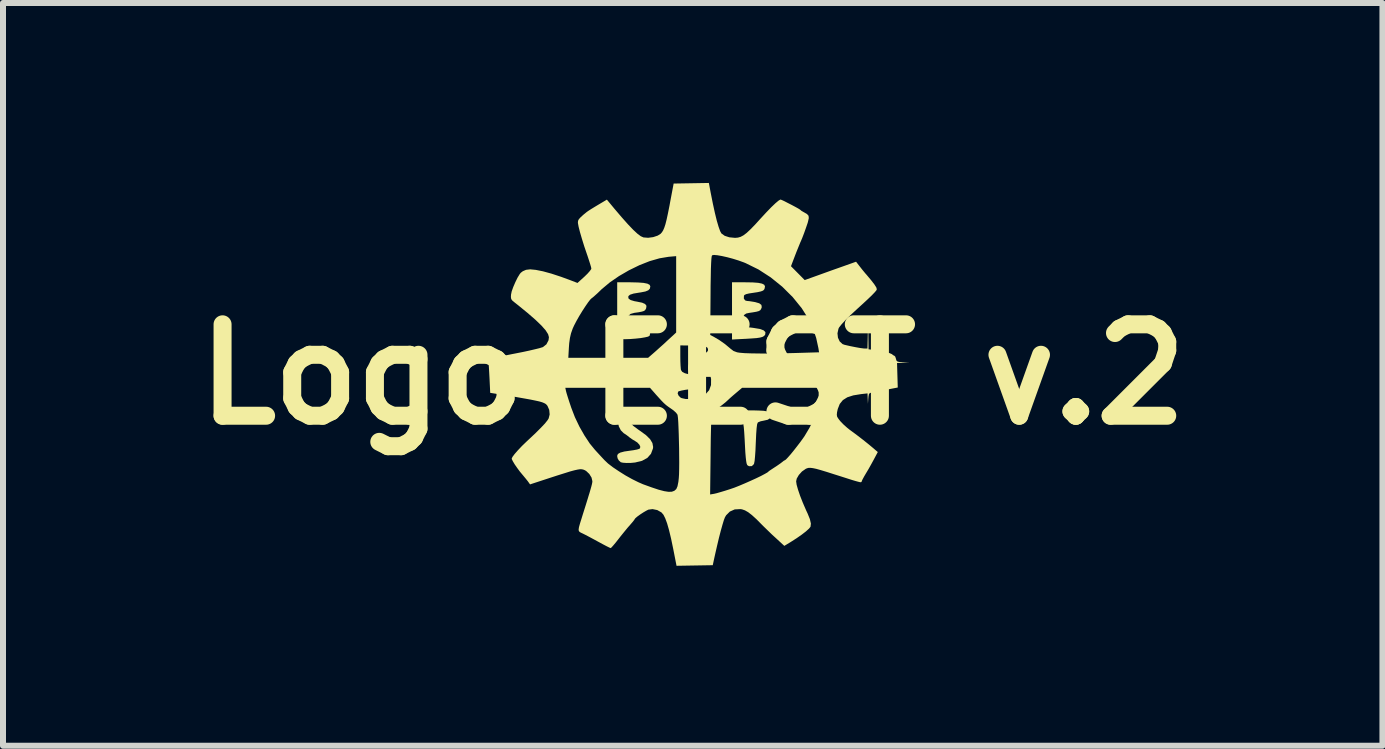
<source format=kicad_pcb>
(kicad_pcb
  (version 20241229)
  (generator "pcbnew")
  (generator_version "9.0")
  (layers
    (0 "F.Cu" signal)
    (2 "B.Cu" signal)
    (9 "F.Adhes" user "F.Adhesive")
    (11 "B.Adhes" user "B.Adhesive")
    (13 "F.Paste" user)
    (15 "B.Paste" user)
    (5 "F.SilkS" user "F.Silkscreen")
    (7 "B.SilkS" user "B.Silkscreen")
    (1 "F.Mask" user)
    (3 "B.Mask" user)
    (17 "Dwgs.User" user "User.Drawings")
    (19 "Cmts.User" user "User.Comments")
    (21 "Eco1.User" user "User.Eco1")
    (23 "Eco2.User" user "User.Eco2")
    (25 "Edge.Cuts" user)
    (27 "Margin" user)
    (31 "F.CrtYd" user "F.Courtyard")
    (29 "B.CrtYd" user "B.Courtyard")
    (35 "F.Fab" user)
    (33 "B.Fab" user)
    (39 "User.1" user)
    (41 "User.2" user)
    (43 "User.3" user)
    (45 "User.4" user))
  (footprint "Logo EEST v.2"
    (layer "F.Cu")
    (at 8.498 3.191)
    (property "Reference" "Logo EEST v.2" (at 0 0 0) (layer "F.SilkS") (effects (font (size 1.524 1.524) (thickness 0.3))))
    (attr board_only exclude_from_pos_files exclude_from_bom)
    (fp_poly (pts (xy 0.996 0.6) (xy 1.103 0.603) (xy 1.181 0.607) (xy 1.236 0.616) (xy 1.272 0.628) (xy 1.276 0.629) (xy 1.315 0.654) (xy 1.325 0.679) (xy 1.306 0.713) (xy 1.297 0.724) (xy 1.252 0.756) (xy 1.185 0.771) (xy 1.132 0.782) (xy 1.092 0.798) (xy 1.083 0.806) (xy 1.073 0.835) (xy 1.065 0.898) (xy 1.058 0.994) (xy 1.052 1.124) (xy 1.051 1.145) (xy 1.046 1.266) (xy 1.039 1.366) (xy 1.032 1.441) (xy 1.023 1.486) (xy 1.02 1.496) (xy 0.986 1.529) (xy 0.941 1.531) (xy 0.918 1.52) (xy 0.907 1.508) (xy 0.898 1.484) (xy 0.891 1.444) (xy 0.884 1.384) (xy 0.877 1.3) (xy 0.871 1.189) (xy 0.865 1.072) (xy 0.858 0.959) (xy 0.851 0.878) (xy 0.843 0.825) (xy 0.833 0.798) (xy 0.829 0.794) (xy 0.799 0.783) (xy 0.749 0.773) (xy 0.724 0.769) (xy 0.654 0.752) (xy 0.616 0.724) (xy 0.607 0.682) (xy 0.61 0.666) (xy 0.622 0.642) (xy 0.649 0.624) (xy 0.692 0.612) (xy 0.758 0.604) (xy 0.849 0.6) (xy 0.97 0.6)) (stroke (width 0) (type solid)) (fill yes) (layer "F.SilkS"))
    (fp_poly (pts (xy -0.912 -1.532) (xy -0.819 -1.525) (xy -0.755 -1.512) (xy -0.719 -1.493) (xy -0.707 -1.468) (xy -0.707 -1.467) (xy -0.714 -1.43) (xy -0.74 -1.402) (xy -0.788 -1.382) (xy -0.864 -1.367) (xy -0.897 -1.362) (xy -0.987 -1.347) (xy -1.045 -1.328) (xy -1.073 -1.304) (xy -1.073 -1.274) (xy -1.066 -1.26) (xy -1.035 -1.239) (xy -0.971 -1.22) (xy -0.926 -1.212) (xy -0.843 -1.195) (xy -0.793 -1.172) (xy -0.771 -1.143) (xy -0.776 -1.104) (xy -0.78 -1.094) (xy -0.792 -1.073) (xy -0.813 -1.057) (xy -0.848 -1.046) (xy -0.904 -1.035) (xy -0.971 -1.026) (xy -1.037 -1.008) (xy -1.074 -0.973) (xy -1.084 -0.917) (xy -1.079 -0.872) (xy -1.068 -0.832) (xy -1.047 -0.806) (xy -1.011 -0.788) (xy -0.953 -0.777) (xy -0.882 -0.771) (xy -0.807 -0.762) (xy -0.759 -0.749) (xy -0.733 -0.731) (xy -0.732 -0.729) (xy -0.71 -0.688) (xy -0.716 -0.652) (xy -0.721 -0.642) (xy -0.745 -0.629) (xy -0.797 -0.617) (xy -0.868 -0.605) (xy -0.953 -0.596) (xy -1.044 -0.589) (xy -1.133 -0.586) (xy -1.142 -0.586) (xy -1.259 -0.586) (xy -1.259 -1.535) (xy -1.037 -1.535)) (stroke (width 0) (type solid)) (fill yes) (layer "F.SilkS"))
    (fp_poly (pts (xy 1 -1.533) (xy 1.092 -1.526) (xy 1.155 -1.513) (xy 1.192 -1.494) (xy 1.205 -1.467) (xy 1.198 -1.43) (xy 1.19 -1.414) (xy 1.173 -1.397) (xy 1.137 -1.383) (xy 1.078 -1.37) (xy 1.018 -1.361) (xy 0.939 -1.349) (xy 0.889 -1.337) (xy 0.862 -1.323) (xy 0.854 -1.311) (xy 0.852 -1.264) (xy 0.874 -1.233) (xy 0.904 -1.224) (xy 0.942 -1.221) (xy 0.999 -1.212) (xy 1.04 -1.205) (xy 1.109 -1.185) (xy 1.145 -1.157) (xy 1.151 -1.12) (xy 1.139 -1.088) (xy 1.125 -1.069) (xy 1.101 -1.055) (xy 1.06 -1.044) (xy 0.996 -1.033) (xy 0.947 -1.026) (xy 0.893 -1.015) (xy 0.862 -0.995) (xy 0.847 -0.972) (xy 0.837 -0.927) (xy 0.838 -0.874) (xy 0.848 -0.827) (xy 0.866 -0.8) (xy 0.89 -0.793) (xy 0.939 -0.784) (xy 1.004 -0.776) (xy 1.023 -0.773) (xy 1.119 -0.757) (xy 1.182 -0.734) (xy 1.212 -0.704) (xy 1.209 -0.667) (xy 1.204 -0.657) (xy 1.188 -0.639) (xy 1.163 -0.625) (xy 1.124 -0.614) (xy 1.066 -0.605) (xy 0.984 -0.599) (xy 0.873 -0.592) (xy 0.866 -0.592) (xy 0.655 -0.581) (xy 0.655 -1.535) (xy 0.877 -1.535)) (stroke (width 0) (type solid)) (fill yes) (layer "F.SilkS"))
    (fp_poly (pts (xy -0.826 0.572) (xy -0.759 0.611) (xy -0.757 0.614) (xy -0.719 0.662) (xy -0.709 0.703) (xy -0.729 0.732) (xy -0.743 0.739) (xy -0.777 0.743) (xy -0.834 0.743) (xy -0.901 0.738) (xy -0.909 0.737) (xy -0.985 0.73) (xy -1.036 0.732) (xy -1.056 0.738) (xy -1.063 0.768) (xy -1.04 0.809) (xy -0.989 0.86) (xy -0.91 0.919) (xy -0.881 0.939) (xy -0.78 1.012) (xy -0.711 1.08) (xy -0.672 1.145) (xy -0.66 1.21) (xy -0.663 1.236) (xy -0.696 1.324) (xy -0.757 1.393) (xy -0.845 1.441) (xy -0.96 1.469) (xy -1.031 1.476) (xy -1.102 1.477) (xy -1.162 1.473) (xy -1.198 1.465) (xy -1.199 1.465) (xy -1.232 1.435) (xy -1.252 1.4) (xy -1.26 1.359) (xy -1.247 1.327) (xy -1.208 1.304) (xy -1.141 1.286) (xy -1.059 1.274) (xy -0.988 1.264) (xy -0.929 1.253) (xy -0.892 1.242) (xy -0.885 1.239) (xy -0.873 1.21) (xy -0.888 1.174) (xy -0.924 1.135) (xy -0.96 1.112) (xy -1.01 1.082) (xy -1.053 1.051) (xy -1.057 1.048) (xy -1.097 1.016) (xy -1.146 0.983) (xy -1.149 0.982) (xy -1.199 0.932) (xy -1.233 0.865) (xy -1.244 0.792) (xy -1.238 0.75) (xy -1.212 0.682) (xy -1.182 0.636) (xy -1.136 0.604) (xy -1.098 0.585) (xy -1.004 0.558) (xy -0.911 0.554)) (stroke (width 0) (type solid)) (fill yes) (layer "F.SilkS"))
    (fp_poly (pts (xy 0.299 -3.031) (xy 0.335 -2.85) (xy 0.369 -2.694) (xy 0.401 -2.563) (xy 0.431 -2.461) (xy 0.457 -2.388) (xy 0.479 -2.348) (xy 0.48 -2.348) (xy 0.533 -2.31) (xy 0.61 -2.285) (xy 0.704 -2.276) (xy 0.707 -2.276) (xy 0.754 -2.28) (xy 0.799 -2.293) (xy 0.846 -2.318) (xy 0.9 -2.359) (xy 0.963 -2.418) (xy 1.041 -2.498) (xy 1.127 -2.593) (xy 1.225 -2.699) (xy 1.309 -2.786) (xy 1.378 -2.852) (xy 1.429 -2.895) (xy 1.46 -2.914) (xy 1.464 -2.914) (xy 1.485 -2.907) (xy 1.528 -2.887) (xy 1.584 -2.858) (xy 1.647 -2.826) (xy 1.707 -2.794) (xy 1.756 -2.767) (xy 1.787 -2.748) (xy 1.793 -2.743) (xy 1.813 -2.726) (xy 1.851 -2.704) (xy 1.855 -2.702) (xy 1.905 -2.673) (xy 1.931 -2.644) (xy 1.935 -2.605) (xy 1.922 -2.547) (xy 1.916 -2.525) (xy 1.888 -2.443) (xy 1.856 -2.353) (xy 1.824 -2.27) (xy 1.796 -2.204) (xy 1.793 -2.199) (xy 1.781 -2.169) (xy 1.759 -2.115) (xy 1.731 -2.046) (xy 1.707 -1.984) (xy 1.638 -1.803) (xy 1.752 -1.688) (xy 1.867 -1.572) (xy 2.084 -1.65) (xy 2.192 -1.689) (xy 2.314 -1.733) (xy 2.433 -1.775) (xy 2.512 -1.803) (xy 2.723 -1.878) (xy 2.779 -1.806) (xy 2.826 -1.746) (xy 2.878 -1.683) (xy 2.896 -1.663) (xy 2.974 -1.57) (xy 3.028 -1.5) (xy 3.06 -1.45) (xy 3.069 -1.419) (xy 3.061 -1.4) (xy 3.033 -1.367) (xy 2.985 -1.317) (xy 2.915 -1.25) (xy 2.822 -1.164) (xy 2.756 -1.104) (xy 2.639 -0.996) (xy 2.547 -0.906) (xy 2.481 -0.834) (xy 2.44 -0.782) (xy 2.43 -0.762) (xy 2.413 -0.685) (xy 2.421 -0.611) (xy 2.45 -0.549) (xy 2.498 -0.505) (xy 2.53 -0.493) (xy 2.626 -0.471) (xy 2.716 -0.453) (xy 2.794 -0.439) (xy 2.85 -0.432) (xy 2.866 -0.431) (xy 2.913 -0.431) (xy 2.924 -0.905) (xy 2.928 -0.662) (xy 2.931 -0.418) (xy 3.022 -0.407) (xy 3.122 -0.392) (xy 3.209 -0.375) (xy 3.277 -0.356) (xy 3.319 -0.338) (xy 3.325 -0.333) (xy 3.351 -0.314) (xy 3.362 -0.31) (xy 3.376 -0.296) (xy 3.388 -0.26) (xy 3.388 -0.259) (xy 3.396 -0.231) (xy 3.412 -0.215) (xy 3.442 -0.207) (xy 3.498 -0.203) (xy 3.506 -0.202) (xy 3.613 -0.196) (xy 3.509 -0.193) (xy 3.406 -0.19) (xy 3.412 0.014) (xy 3.418 0.219) (xy 3.222 0.257) (xy 3.139 0.273) (xy 3.065 0.287) (xy 3.008 0.298) (xy 2.98 0.304) (xy 2.952 0.312) (xy 2.937 0.331) (xy 2.93 0.369) (xy 2.927 0.402) (xy 2.921 0.491) (xy 2.917 0.404) (xy 2.914 0.317) (xy 2.806 0.329) (xy 2.677 0.35) (xy 2.577 0.382) (xy 2.503 0.429) (xy 2.451 0.493) (xy 2.418 0.577) (xy 2.406 0.631) (xy 2.402 0.674) (xy 2.408 0.707) (xy 2.431 0.743) (xy 2.46 0.78) (xy 2.514 0.836) (xy 2.578 0.893) (xy 2.612 0.92) (xy 2.739 1.014) (xy 2.843 1.094) (xy 2.929 1.163) (xy 3.005 1.226) (xy 3.019 1.238) (xy 3.085 1.295) (xy 3.019 1.419) (xy 2.977 1.496) (xy 2.931 1.578) (xy 2.891 1.645) (xy 2.858 1.701) (xy 2.832 1.749) (xy 2.819 1.777) (xy 2.816 1.787) (xy 2.813 1.794) (xy 2.805 1.797) (xy 2.788 1.797) (xy 2.759 1.79) (xy 2.715 1.778) (xy 2.651 1.759) (xy 2.564 1.731) (xy 2.451 1.695) (xy 2.362 1.667) (xy 2.234 1.626) (xy 2.135 1.596) (xy 2.06 1.575) (xy 2.003 1.563) (xy 1.962 1.558) (xy 1.93 1.559) (xy 1.904 1.566) (xy 1.884 1.575) (xy 1.821 1.619) (xy 1.769 1.677) (xy 1.734 1.737) (xy 1.724 1.783) (xy 1.732 1.839) (xy 1.755 1.921) (xy 1.79 2.024) (xy 1.836 2.141) (xy 1.892 2.27) (xy 1.915 2.319) (xy 1.953 2.413) (xy 1.97 2.487) (xy 1.964 2.537) (xy 1.964 2.54) (xy 1.938 2.572) (xy 1.887 2.618) (xy 1.817 2.672) (xy 1.734 2.73) (xy 1.642 2.789) (xy 1.631 2.796) (xy 1.527 2.859) (xy 1.389 2.732) (xy 1.318 2.667) (xy 1.246 2.597) (xy 1.181 2.534) (xy 1.155 2.508) (xy 1.063 2.415) (xy 0.987 2.346) (xy 0.925 2.298) (xy 0.871 2.267) (xy 0.822 2.25) (xy 0.796 2.246) (xy 0.7 2.251) (xy 0.619 2.287) (xy 0.557 2.349) (xy 0.537 2.383) (xy 0.519 2.43) (xy 0.496 2.506) (xy 0.468 2.606) (xy 0.437 2.726) (xy 0.405 2.861) (xy 0.372 3.006) (xy 0.358 3.069) (xy 0.334 3.181) (xy -0.27 3.191) (xy -0.325 2.91) (xy -0.361 2.737) (xy -0.395 2.596) (xy -0.427 2.484) (xy -0.458 2.4) (xy -0.488 2.34) (xy -0.52 2.303) (xy -0.52 2.302) (xy -0.591 2.262) (xy -0.67 2.246) (xy -0.739 2.255) (xy -0.775 2.273) (xy -0.823 2.301) (xy -0.875 2.335) (xy -0.922 2.369) (xy -0.955 2.397) (xy -0.966 2.411) (xy -0.977 2.429) (xy -1.005 2.464) (xy -1.042 2.507) (xy -1.086 2.557) (xy -1.141 2.624) (xy -1.201 2.698) (xy -1.236 2.743) (xy -1.284 2.804) (xy -1.326 2.854) (xy -1.355 2.886) (xy -1.368 2.896) (xy -1.388 2.888) (xy -1.431 2.867) (xy -1.492 2.835) (xy -1.564 2.796) (xy -1.566 2.795) (xy -1.647 2.751) (xy -1.725 2.709) (xy -1.792 2.674) (xy -1.832 2.654) (xy -1.864 2.639) (xy -1.886 2.626) (xy -1.899 2.609) (xy -1.902 2.585) (xy -1.896 2.546) (xy -1.88 2.488) (xy -1.854 2.405) (xy -1.833 2.337) (xy -1.787 2.191) (xy -1.751 2.075) (xy -1.729 2.002) (xy 0.29 2.002) (xy 0.356 1.991) (xy 0.399 1.981) (xy 0.465 1.962) (xy 0.545 1.938) (xy 0.626 1.912) (xy 0.696 1.888) (xy 0.779 1.855) (xy 0.871 1.816) (xy 0.966 1.774) (xy 1.056 1.733) (xy 1.137 1.694) (xy 1.201 1.66) (xy 1.245 1.635) (xy 1.259 1.623) (xy 1.277 1.608) (xy 1.316 1.582) (xy 1.362 1.552) (xy 1.418 1.515) (xy 1.465 1.482) (xy 1.491 1.462) (xy 1.52 1.439) (xy 1.537 1.431) (xy 1.555 1.418) (xy 1.588 1.383) (xy 1.634 1.331) (xy 1.686 1.267) (xy 1.74 1.198) (xy 1.793 1.129) (xy 1.84 1.064) (xy 1.866 1.026) (xy 1.945 0.893) (xy 2.019 0.748) (xy 2.085 0.599) (xy 2.137 0.456) (xy 2.173 0.328) (xy 2.18 0.289) (xy 2.192 0.224) (xy 0.823 0.224) (xy 0.726 0.306) (xy 0.673 0.351) (xy 0.625 0.393) (xy 0.594 0.422) (xy 0.594 0.422) (xy 0.547 0.465) (xy 0.491 0.51) (xy 0.435 0.552) (xy 0.387 0.585) (xy 0.354 0.602) (xy 0.348 0.604) (xy 0.337 0.607) (xy 0.329 0.621) (xy 0.322 0.648) (xy 0.316 0.69) (xy 0.311 0.75) (xy 0.307 0.832) (xy 0.304 0.938) (xy 0.301 1.072) (xy 0.299 1.235) (xy 0.298 1.342) (xy 0.29 2.002) (xy -1.729 2.002) (xy -1.723 1.984) (xy -1.703 1.915) (xy -1.689 1.865) (xy -1.68 1.829) (xy -1.675 1.804) (xy -1.673 1.786) (xy -1.673 1.78) (xy -1.687 1.72) (xy -1.724 1.66) (xy -1.776 1.611) (xy -1.798 1.598) (xy -1.822 1.588) (xy -1.848 1.582) (xy -1.878 1.581) (xy -1.918 1.587) (xy -1.972 1.599) (xy -2.043 1.618) (xy -2.135 1.647) (xy -2.253 1.684) (xy -2.361 1.719) (xy -2.712 1.834) (xy -2.748 1.783) (xy -2.784 1.738) (xy -2.827 1.686) (xy -2.838 1.673) (xy -2.882 1.62) (xy -2.927 1.559) (xy -2.968 1.5) (xy -2.999 1.448) (xy -3.016 1.413) (xy -3.018 1.405) (xy -3.005 1.376) (xy -2.97 1.329) (xy -2.916 1.267) (xy -2.846 1.193) (xy -2.763 1.113) (xy -2.733 1.085) (xy -2.618 0.977) (xy -2.529 0.888) (xy -2.463 0.818) (xy -2.42 0.764) (xy -2.402 0.735) (xy -2.385 0.668) (xy -2.392 0.592) (xy -2.421 0.526) (xy -2.434 0.509) (xy -2.451 0.493) (xy -2.476 0.479) (xy -2.51 0.465) (xy -2.558 0.451) (xy -2.622 0.437) (xy -2.705 0.42) (xy -2.811 0.401) (xy -2.941 0.378) (xy -3.101 0.352) (xy -3.262 0.326) (xy -3.376 0.308) (xy -3.38 0.224) (xy -2.124 0.224) (xy -2.112 0.28) (xy -2.102 0.317) (xy -2.083 0.379) (xy -2.058 0.457) (xy -2.029 0.543) (xy -2.024 0.558) (xy -1.964 0.714) (xy -1.889 0.871) (xy -1.804 1.02) (xy -1.716 1.153) (xy -1.629 1.259) (xy -1.573 1.32) (xy -1.514 1.384) (xy -1.47 1.431) (xy -1.412 1.486) (xy -1.33 1.549) (xy -1.23 1.616) (xy -1.122 1.684) (xy -1.011 1.746) (xy -0.906 1.798) (xy -0.828 1.832) (xy -0.684 1.884) (xy -0.567 1.923) (xy -0.474 1.947) (xy -0.403 1.958) (xy -0.348 1.956) (xy -0.307 1.941) (xy -0.276 1.914) (xy -0.273 1.91) (xy -0.254 1.866) (xy -0.239 1.791) (xy -0.232 1.727) (xy -0.228 1.663) (xy -0.226 1.575) (xy -0.225 1.471) (xy -0.226 1.356) (xy -0.227 1.234) (xy -0.23 1.111) (xy -0.233 0.994) (xy -0.237 0.887) (xy -0.241 0.795) (xy -0.246 0.725) (xy -0.252 0.682) (xy -0.254 0.672) (xy -0.278 0.639) (xy -0.321 0.6) (xy -0.356 0.575) (xy -0.404 0.542) (xy -0.444 0.512) (xy -0.482 0.478) (xy -0.525 0.434) (xy -0.58 0.373) (xy -0.611 0.339) (xy -0.63 0.317) (xy -0.251 0.317) (xy -0.236 0.354) (xy -0.204 0.386) (xy -0.184 0.396) (xy -0.12 0.41) (xy -0.037 0.411) (xy 0.051 0.4) (xy 0.125 0.379) (xy 0.214 0.331) (xy 0.274 0.263) (xy 0.305 0.178) (xy 0.306 0.078) (xy 0.295 0.023) (xy 0.276 -0.025) (xy 0.243 -0.063) (xy 0.192 -0.098) (xy 0.115 -0.133) (xy 0.08 -0.147) (xy 0.026 -0.173) (xy -0.017 -0.204) (xy -0.03 -0.219) (xy -0.047 -0.251) (xy -0.041 -0.274) (xy -0.027 -0.292) (xy 0.013 -0.316) (xy 0.08 -0.333) (xy 0.1 -0.336) (xy 0.179 -0.349) (xy 0.229 -0.366) (xy 0.252 -0.39) (xy 0.255 -0.419) (xy 0.247 -0.442) (xy 0.225 -0.458) (xy 0.185 -0.469) (xy 0.123 -0.476) (xy 0.034 -0.48) (xy -0.03 -0.481) (xy -0.207 -0.483) (xy -0.207 -0.297) (xy -0.206 -0.217) (xy -0.203 -0.146) (xy -0.199 -0.095) (xy -0.196 -0.074) (xy -0.176 -0.043) (xy -0.131 -0.019) (xy -0.057 0.001) (xy -0.001 0.011) (xy 0.074 0.034) (xy 0.123 0.074) (xy 0.145 0.127) (xy 0.143 0.161) (xy 0.135 0.201) (xy 0.128 0.222) (xy 0.127 0.222) (xy 0.109 0.227) (xy 0.064 0.234) (xy -0.001 0.242) (xy -0.05 0.248) (xy -0.125 0.258) (xy -0.188 0.27) (xy -0.23 0.281) (xy -0.242 0.287) (xy -0.251 0.317) (xy -0.63 0.317) (xy -0.712 0.224) (xy -2.124 0.224) (xy -3.38 0.224) (xy -3.388 0.055) (xy -3.393 -0.037) (xy -3.398 -0.118) (xy -3.402 -0.182) (xy -3.407 -0.221) (xy -3.408 -0.228) (xy -3.403 -0.254) (xy -3.376 -0.266) (xy -3.348 -0.272) (xy -3.327 -0.276) (xy -2.074 -0.276) (xy -0.744 -0.276) (xy -0.661 -0.348) (xy -0.613 -0.39) (xy -0.55 -0.447) (xy -0.479 -0.51) (xy -0.427 -0.559) (xy -0.32 -0.657) (xy 0.292 -0.657) (xy 0.348 -0.628) (xy 0.44 -0.574) (xy 0.537 -0.506) (xy 0.622 -0.435) (xy 0.625 -0.432) (xy 0.68 -0.39) (xy 0.739 -0.368) (xy 0.781 -0.361) (xy 0.863 -0.354) (xy 0.978 -0.35) (xy 1.123 -0.348) (xy 1.296 -0.348) (xy 1.495 -0.351) (xy 1.704 -0.356) (xy 2.106 -0.368) (xy 2.095 -0.438) (xy 2.058 -0.608) (xy 2.001 -0.776) (xy 1.94 -0.908) (xy 1.817 -1.103) (xy 1.666 -1.289) (xy 1.492 -1.462) (xy 1.3 -1.617) (xy 1.096 -1.749) (xy 0.885 -1.853) (xy 0.854 -1.866) (xy 0.765 -1.898) (xy 0.669 -1.928) (xy 0.575 -1.953) (xy 0.486 -1.973) (xy 0.411 -1.986) (xy 0.354 -1.991) (xy 0.324 -1.985) (xy 0.322 -1.984) (xy 0.316 -1.966) (xy 0.311 -1.924) (xy 0.307 -1.856) (xy 0.303 -1.76) (xy 0.301 -1.634) (xy 0.298 -1.478) (xy 0.297 -1.311) (xy 0.292 -0.657) (xy -0.32 -0.657) (xy -0.276 -0.698) (xy -0.276 -1.971) (xy -0.403 -1.96) (xy -0.553 -1.935) (xy -0.717 -1.888) (xy -0.889 -1.82) (xy -1.063 -1.735) (xy -1.23 -1.638) (xy -1.385 -1.531) (xy -1.52 -1.418) (xy -1.532 -1.406) (xy -1.587 -1.353) (xy -1.636 -1.309) (xy -1.671 -1.279) (xy -1.683 -1.271) (xy -1.709 -1.246) (xy -1.746 -1.198) (xy -1.792 -1.131) (xy -1.842 -1.054) (xy -1.892 -0.972) (xy -1.938 -0.891) (xy -1.976 -0.818) (xy -2 -0.766) (xy -2.029 -0.684) (xy -2.047 -0.606) (xy -2.059 -0.519) (xy -2.064 -0.453) (xy -2.074 -0.276) (xy -3.327 -0.276) (xy -3.292 -0.283) (xy -3.213 -0.298) (xy -3.115 -0.317) (xy -3.006 -0.339) (xy -2.949 -0.35) (xy -2.833 -0.373) (xy -2.726 -0.396) (xy -2.632 -0.418) (xy -2.558 -0.436) (xy -2.509 -0.451) (xy -2.497 -0.455) (xy -2.439 -0.501) (xy -2.404 -0.568) (xy -2.397 -0.62) (xy -2.411 -0.67) (xy -2.453 -0.736) (xy -2.524 -0.816) (xy -2.624 -0.912) (xy -2.753 -1.024) (xy -2.911 -1.153) (xy -2.962 -1.193) (xy -3.005 -1.228) (xy -3.026 -1.256) (xy -3.031 -1.29) (xy -3.029 -1.329) (xy -3.018 -1.383) (xy -2.992 -1.456) (xy -2.958 -1.535) (xy -2.921 -1.611) (xy -2.884 -1.672) (xy -2.866 -1.694) (xy -2.832 -1.72) (xy -2.783 -1.741) (xy -2.778 -1.743) (xy -2.71 -1.751) (xy -2.616 -1.742) (xy -2.496 -1.718) (xy -2.354 -1.679) (xy -2.193 -1.626) (xy -2.051 -1.574) (xy -1.921 -1.524) (xy -1.805 -1.629) (xy -1.754 -1.679) (xy -1.715 -1.723) (xy -1.693 -1.754) (xy -1.69 -1.762) (xy -1.695 -1.789) (xy -1.71 -1.84) (xy -1.732 -1.909) (xy -1.758 -1.988) (xy -1.759 -1.99) (xy -1.808 -2.134) (xy -1.848 -2.263) (xy -1.88 -2.373) (xy -1.902 -2.459) (xy -1.913 -2.519) (xy -1.914 -2.535) (xy -1.911 -2.561) (xy -1.898 -2.587) (xy -1.87 -2.618) (xy -1.824 -2.66) (xy -1.764 -2.709) (xy -1.735 -2.729) (xy -1.685 -2.761) (xy -1.621 -2.8) (xy -1.581 -2.824) (xy -1.431 -2.913) (xy -1.305 -2.761) (xy -1.183 -2.618) (xy -1.079 -2.501) (xy -0.993 -2.411) (xy -0.922 -2.345) (xy -0.866 -2.303) (xy -0.823 -2.284) (xy -0.822 -2.283) (xy -0.743 -2.277) (xy -0.659 -2.288) (xy -0.584 -2.313) (xy -0.536 -2.343) (xy -0.513 -2.369) (xy -0.493 -2.401) (xy -0.474 -2.445) (xy -0.455 -2.503) (xy -0.435 -2.582) (xy -0.413 -2.684) (xy -0.387 -2.814) (xy -0.375 -2.88) (xy -0.318 -3.181) (xy -0.024 -3.186) (xy 0.269 -3.191)) (stroke (width 0) (type solid)) (fill yes) (layer "F.SilkS")))
  (gr_rect
    (start -3 -3)
    (end 19.996 9.382)
    (stroke (width 0.1) (type default))
    (fill no)
    (layer "Edge.Cuts")))
</source>
